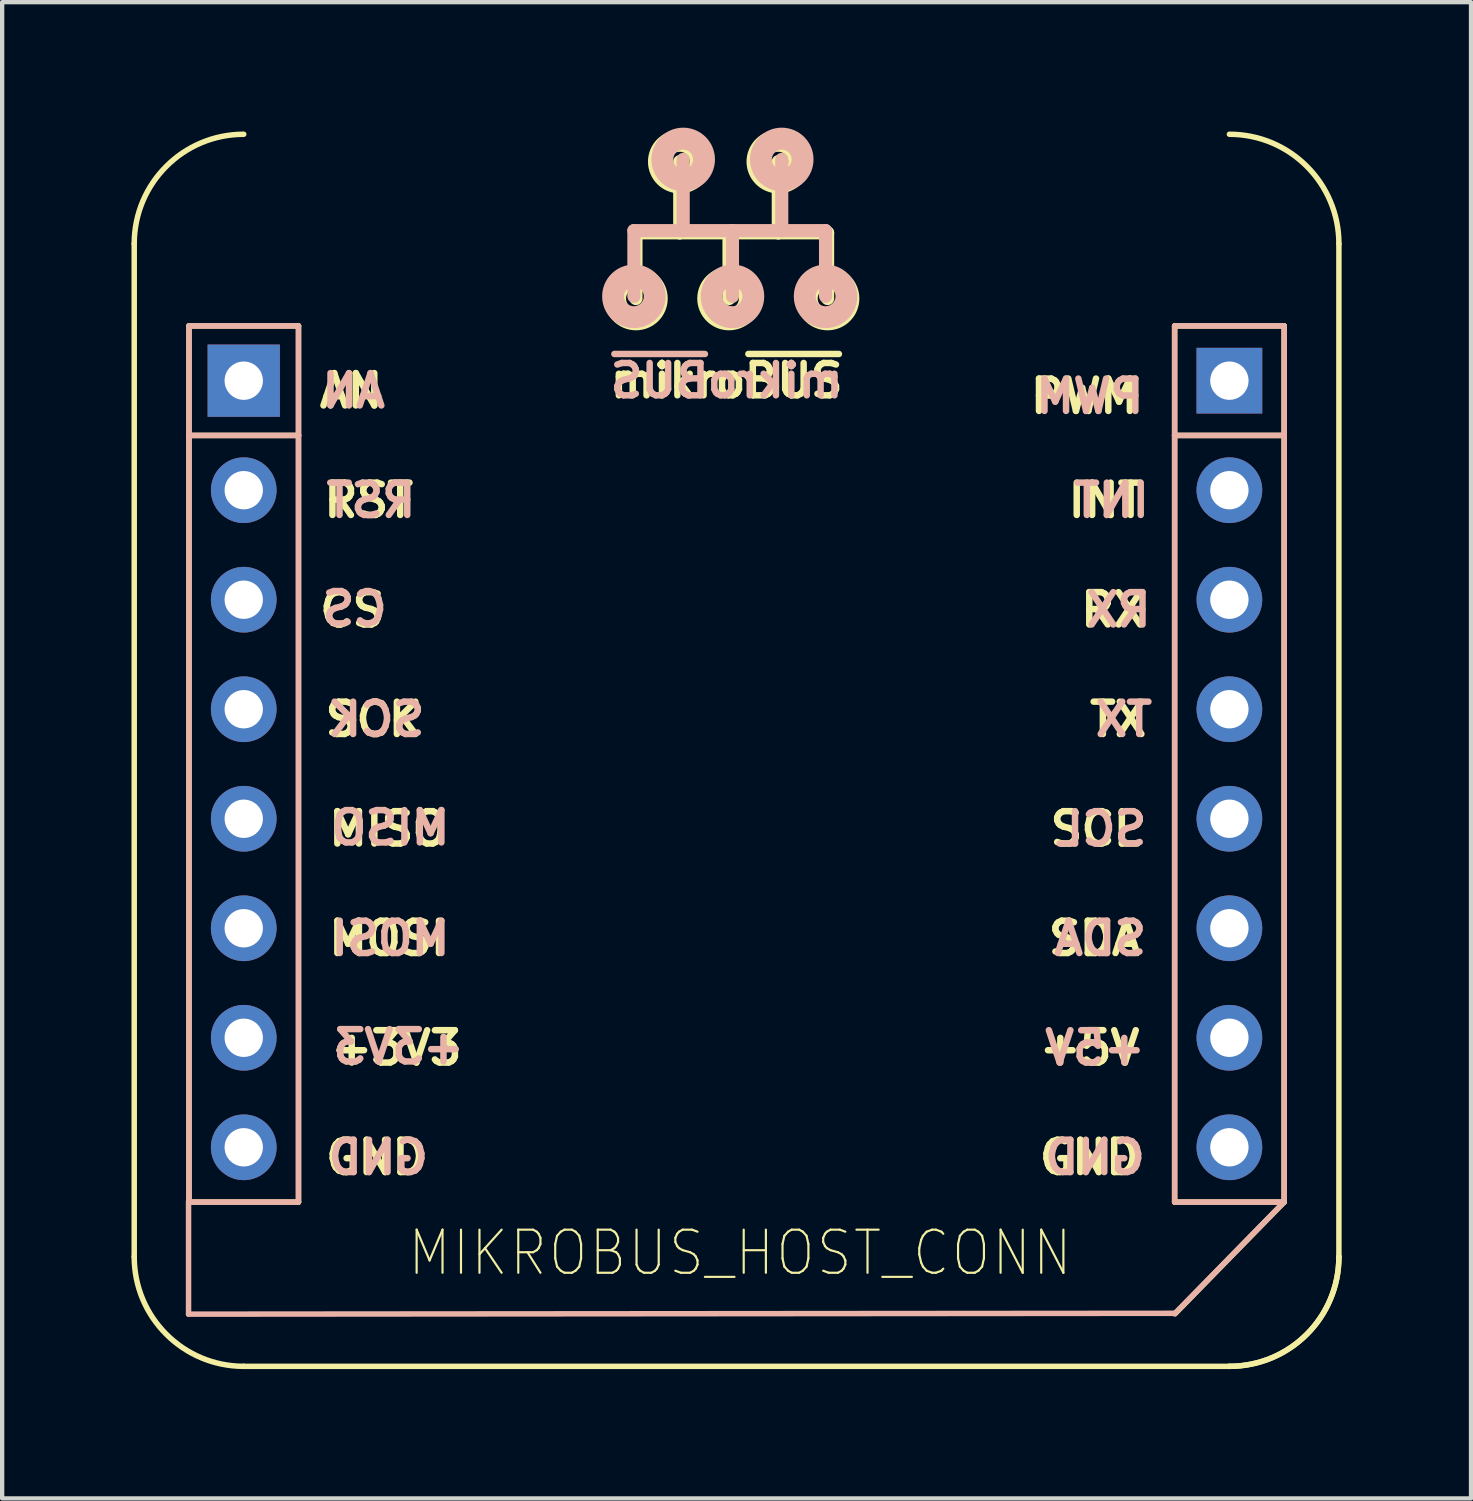
<source format=kicad_pcb>
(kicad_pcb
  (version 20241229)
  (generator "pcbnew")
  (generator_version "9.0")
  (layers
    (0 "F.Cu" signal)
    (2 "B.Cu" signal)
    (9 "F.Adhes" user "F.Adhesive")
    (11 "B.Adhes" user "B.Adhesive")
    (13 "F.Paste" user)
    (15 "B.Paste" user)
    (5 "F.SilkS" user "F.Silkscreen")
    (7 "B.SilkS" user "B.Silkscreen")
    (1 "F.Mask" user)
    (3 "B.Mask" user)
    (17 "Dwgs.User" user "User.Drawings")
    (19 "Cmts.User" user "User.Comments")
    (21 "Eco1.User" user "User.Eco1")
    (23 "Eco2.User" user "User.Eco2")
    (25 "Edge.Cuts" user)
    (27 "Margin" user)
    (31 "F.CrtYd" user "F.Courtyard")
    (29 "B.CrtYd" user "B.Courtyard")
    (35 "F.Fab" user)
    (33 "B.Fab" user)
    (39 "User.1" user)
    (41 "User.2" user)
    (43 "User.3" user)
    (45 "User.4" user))
  (footprint "MIKROBUS_HOST_CONN"
    (layer "F.Cu")
    (at 2.603 5.779)
    (property "Reference" "MIKROBUS_HOST_CONN" (at 11.51 20.23 0) (layer "F.SilkS") (effects (font (size 1 0.9) (thickness 0.05))))
    (attr through_hole)
    (fp_line (start -2.54 -3.175) (end -2.54 20.32) (stroke (width 0.127) (type solid)) (layer "F.SilkS"))
    (fp_line (start -1.27 -1.27) (end -1.27 1.27) (stroke (width 0.127) (type solid)) (layer "F.SilkS"))
    (fp_line (start -1.27 1.27) (end -1.27 19.05) (stroke (width 0.127) (type solid)) (layer "F.SilkS"))
    (fp_line (start -1.27 1.27) (end 1.27 1.27) (stroke (width 0.127) (type solid)) (layer "F.SilkS"))
    (fp_line (start -1.27 19.05) (end 1.27 19.05) (stroke (width 0.127) (type solid)) (layer "F.SilkS"))
    (fp_line (start 0 22.86) (end 22.86 22.86) (stroke (width 0.127) (type solid)) (layer "F.SilkS"))
    (fp_line (start 1.27 -1.27) (end -1.27 -1.27) (stroke (width 0.127) (type solid)) (layer "F.SilkS"))
    (fp_line (start 1.27 1.27) (end 1.27 -1.27) (stroke (width 0.127) (type solid)) (layer "F.SilkS"))
    (fp_line (start 1.27 19.05) (end 1.27 1.27) (stroke (width 0.127) (type solid)) (layer "F.SilkS"))
    (fp_line (start 9.096 -3.429) (end 9.096 -1.905) (stroke (width 0.305) (type solid)) (layer "F.SilkS"))
    (fp_line (start 9.096 -3.429) (end 10.112 -3.429) (stroke (width 0.305) (type solid)) (layer "F.SilkS"))
    (fp_line (start 10.112 -3.429) (end 10.112 -5.08) (stroke (width 0.305) (type solid)) (layer "F.SilkS"))
    (fp_line (start 10.112 -3.429) (end 11.255 -3.429) (stroke (width 0.305) (type solid)) (layer "F.SilkS"))
    (fp_line (start 11.255 -3.429) (end 11.255 -1.905) (stroke (width 0.305) (type solid)) (layer "F.SilkS"))
    (fp_line (start 11.255 -3.429) (end 12.398 -3.429) (stroke (width 0.305) (type solid)) (layer "F.SilkS"))
    (fp_line (start 12.398 -3.429) (end 12.398 -5.08) (stroke (width 0.305) (type solid)) (layer "F.SilkS"))
    (fp_line (start 12.398 -3.429) (end 13.541 -3.429) (stroke (width 0.305) (type solid)) (layer "F.SilkS"))
    (fp_line (start 13.541 -3.429) (end 13.541 -1.905) (stroke (width 0.305) (type solid)) (layer "F.SilkS"))
    (fp_line (start 21.59 -1.27) (end 21.59 1.27) (stroke (width 0.127) (type solid)) (layer "F.SilkS"))
    (fp_line (start 21.59 -1.27) (end 24.13 -1.27) (stroke (width 0.127) (type solid)) (layer "F.SilkS"))
    (fp_line (start 21.59 1.27) (end 21.59 19.05) (stroke (width 0.127) (type solid)) (layer "F.SilkS"))
    (fp_line (start 21.59 1.27) (end 24.13 1.27) (stroke (width 0.127) (type solid)) (layer "F.SilkS"))
    (fp_line (start 21.59 19.05) (end 24.13 19.05) (stroke (width 0.127) (type solid)) (layer "F.SilkS"))
    (fp_line (start 24.13 -1.27) (end 24.13 19.05) (stroke (width 0.127) (type solid)) (layer "F.SilkS"))
    (fp_line (start 24.13 19.05) (end 21.6 21.64) (stroke (width 0.127) (type solid)) (layer "F.SilkS"))
    (fp_line (start 25.4 -3.175) (end 25.4 20.32) (stroke (width 0.127) (type solid)) (layer "F.SilkS"))
    (fp_arc (start -2.54 -3.175) (mid -1.796051 -4.971051) (end 0 -5.715) (stroke (width 0.127) (type solid)) (layer "F.SilkS"))
    (fp_arc (start 0 22.86) (mid -1.796051 22.116051) (end -2.54 20.32) (stroke (width 0.127) (type solid)) (layer "F.SilkS"))
    (fp_arc (start 22.86 -5.715) (mid 24.656051 -4.971051) (end 25.4 -3.175) (stroke (width 0.127) (type solid)) (layer "F.SilkS"))
    (fp_arc (start 25.4 20.32) (mid 24.656051 22.116051) (end 22.86 22.86) (stroke (width 0.127) (type solid)) (layer "F.SilkS"))
    (fp_arc (start 25.4 20.32) (mid 24.656051 22.116051) (end 22.86 22.86) (stroke (width 0.127) (type solid)) (layer "F.SilkS"))
    (fp_circle (center 9.096 -1.905) (end 9.325 -1.905) (stroke (width 0.508) (type solid)) (fill no) (layer "F.SilkS"))
    (fp_circle (center 10.112 -5.08) (end 10.341 -5.08) (stroke (width 0.508) (type solid)) (fill no) (layer "F.SilkS"))
    (fp_circle (center 11.255 -1.905) (end 11.484 -1.905) (stroke (width 0.508) (type solid)) (fill no) (layer "F.SilkS"))
    (fp_circle (center 12.398 -5.08) (end 12.627 -5.08) (stroke (width 0.508) (type solid)) (fill no) (layer "F.SilkS"))
    (fp_circle (center 13.541 -1.905) (end 13.77 -1.905) (stroke (width 0.508) (type solid)) (fill no) (layer "F.SilkS"))
    (fp_line (start -1.28 19.03) (end -1.28 21.65) (stroke (width 0.127) (type solid)) (layer "B.SilkS"))
    (fp_line (start -1.28 21.65) (end 21.59 21.63) (stroke (width 0.127) (type solid)) (layer "B.SilkS"))
    (fp_line (start -1.27 -1.27) (end -1.27 1.27) (stroke (width 0.127) (type solid)) (layer "B.SilkS"))
    (fp_line (start -1.27 1.27) (end -1.27 19.05) (stroke (width 0.127) (type solid)) (layer "B.SilkS"))
    (fp_line (start -1.27 1.27) (end 1.27 1.27) (stroke (width 0.127) (type solid)) (layer "B.SilkS"))
    (fp_line (start -1.27 19.05) (end 1.27 19.05) (stroke (width 0.127) (type solid)) (layer "B.SilkS"))
    (fp_line (start 1.27 -1.27) (end -1.27 -1.27) (stroke (width 0.127) (type solid)) (layer "B.SilkS"))
    (fp_line (start 1.27 1.27) (end 1.27 -1.27) (stroke (width 0.127) (type solid)) (layer "B.SilkS"))
    (fp_line (start 1.27 19.05) (end 1.27 1.27) (stroke (width 0.127) (type solid)) (layer "B.SilkS"))
    (fp_line (start 9.049 -3.48) (end 9.049 -1.956) (stroke (width 0.305) (type solid)) (layer "B.SilkS"))
    (fp_line (start 10.192 -3.48) (end 9.049 -3.48) (stroke (width 0.305) (type solid)) (layer "B.SilkS"))
    (fp_line (start 10.192 -3.48) (end 10.192 -5.131) (stroke (width 0.305) (type solid)) (layer "B.SilkS"))
    (fp_line (start 11.335 -3.48) (end 10.192 -3.48) (stroke (width 0.305) (type solid)) (layer "B.SilkS"))
    (fp_line (start 11.335 -3.48) (end 11.335 -1.956) (stroke (width 0.305) (type solid)) (layer "B.SilkS"))
    (fp_line (start 12.478 -3.48) (end 11.335 -3.48) (stroke (width 0.305) (type solid)) (layer "B.SilkS"))
    (fp_line (start 12.478 -3.48) (end 12.478 -5.131) (stroke (width 0.305) (type solid)) (layer "B.SilkS"))
    (fp_line (start 13.494 -3.48) (end 12.478 -3.48) (stroke (width 0.305) (type solid)) (layer "B.SilkS"))
    (fp_line (start 13.494 -3.48) (end 13.494 -1.956) (stroke (width 0.305) (type solid)) (layer "B.SilkS"))
    (fp_line (start 21.59 -1.27) (end 21.59 1.27) (stroke (width 0.127) (type solid)) (layer "B.SilkS"))
    (fp_line (start 21.59 -1.27) (end 24.13 -1.27) (stroke (width 0.127) (type solid)) (layer "B.SilkS"))
    (fp_line (start 21.59 1.27) (end 21.59 19.05) (stroke (width 0.127) (type solid)) (layer "B.SilkS"))
    (fp_line (start 21.59 1.27) (end 24.13 1.27) (stroke (width 0.127) (type solid)) (layer "B.SilkS"))
    (fp_line (start 21.59 19.05) (end 24.13 19.05) (stroke (width 0.127) (type solid)) (layer "B.SilkS"))
    (fp_line (start 24.13 -1.27) (end 24.13 19.05) (stroke (width 0.127) (type solid)) (layer "B.SilkS"))
    (fp_line (start 24.13 19.05) (end 21.59 21.64) (stroke (width 0.127) (type solid)) (layer "B.SilkS"))
    (fp_circle (center 9.049 -1.956) (end 9.278 -1.956) (stroke (width 0.508) (type solid)) (fill no) (layer "B.SilkS"))
    (fp_circle (center 10.192 -5.131) (end 10.421 -5.131) (stroke (width 0.508) (type solid)) (fill no) (layer "B.SilkS"))
    (fp_circle (center 11.335 -1.956) (end 11.564 -1.956) (stroke (width 0.508) (type solid)) (fill no) (layer "B.SilkS"))
    (fp_circle (center 12.478 -5.131) (end 12.707 -5.131) (stroke (width 0.508) (type solid)) (fill no) (layer "B.SilkS"))
    (fp_circle (center 13.494 -1.956) (end 13.723 -1.956) (stroke (width 0.508) (type solid)) (fill no) (layer "B.SilkS"))
    (fp_text user "INT" (at 19.998 2.775 0) (layer "F.SilkS") (effects (font (size 0.75 0.75) (thickness 0.15))))
    (fp_text user "mikro~{BUS}" (at 11.2 0 0) (layer "F.SilkS") (effects (font (size 0.75 0.75) (thickness 0.15))))
    (fp_text user "SCK" (at 3.016 7.855 0) (layer "F.SilkS") (effects (font (size 0.75 0.75) (thickness 0.15))))
    (fp_text user "GND" (at 19.617 18.015 0) (layer "F.SilkS") (effects (font (size 0.75 0.75) (thickness 0.15))))
    (fp_text user "CS" (at 2.516 5.315 0) (layer "F.SilkS") (effects (font (size 0.75 0.75) (thickness 0.15))))
    (fp_text user "TX" (at 20.283 7.855 0) (layer "F.SilkS") (effects (font (size 0.75 0.75) (thickness 0.15))))
    (fp_text user "+5V" (at 19.617 15.475 0) (layer "F.SilkS") (effects (font (size 0.75 0.75) (thickness 0.15))))
    (fp_text user "GND" (at 3.064 18.015 0) (layer "F.SilkS") (effects (font (size 0.75 0.75) (thickness 0.15))))
    (fp_text user "PWM" (at 19.498 0.362 0) (layer "F.SilkS") (effects (font (size 0.75 0.75) (thickness 0.15))))
    (fp_text user "AN" (at 2.492 0.235 0) (layer "F.SilkS") (effects (font (size 0.75 0.75) (thickness 0.15))))
    (fp_text user "RX" (at 20.164 5.315 0) (layer "F.SilkS") (effects (font (size 0.75 0.75) (thickness 0.15))))
    (fp_text user "MOSI" (at 3.35 12.935 0) (layer "F.SilkS") (effects (font (size 0.75 0.75) (thickness 0.15))))
    (fp_text user "+3V3" (at 3.54 15.475 0) (layer "F.SilkS") (effects (font (size 0.75 0.75) (thickness 0.15))))
    (fp_text user "SDA" (at 19.736 12.935 0) (layer "F.SilkS") (effects (font (size 0.75 0.75) (thickness 0.15))))
    (fp_text user "RST" (at 2.897 2.775 0) (layer "F.SilkS") (effects (font (size 0.75 0.75) (thickness 0.15))))
    (fp_text user "SCL" (at 19.759 10.395 0) (layer "F.SilkS") (effects (font (size 0.75 0.75) (thickness 0.15))))
    (fp_text user "MISO" (at 3.35 10.395 0) (layer "F.SilkS") (effects (font (size 0.75 0.75) (thickness 0.15))))
    (fp_text user "AN" (at 2.548 0.235 0) (layer "B.SilkS") (effects (font (size 0.75 0.75) (thickness 0.15)) (justify mirror)))
    (fp_text user "SCK" (at 3.072 7.855 0) (layer "B.SilkS") (effects (font (size 0.75 0.75) (thickness 0.15)) (justify mirror)))
    (fp_text user "MOSI" (at 3.405 12.935 0) (layer "B.SilkS") (effects (font (size 0.75 0.75) (thickness 0.15)) (justify mirror)))
    (fp_text user "GND" (at 3.12 18.015 0) (layer "B.SilkS") (effects (font (size 0.75 0.75) (thickness 0.15)) (justify mirror)))
    (fp_text user "PWM" (at 19.625 0.362 0) (layer "B.SilkS") (effects (font (size 0.75 0.75) (thickness 0.15)) (justify mirror)))
    (fp_text user "INT" (at 20.125 2.775 0) (layer "B.SilkS") (effects (font (size 0.75 0.75) (thickness 0.15)) (justify mirror)))
    (fp_text user "mikro~{BUS}" (at 11.2 0 0) (layer "B.SilkS") (effects (font (size 0.75 0.75) (thickness 0.15)) (justify mirror)))
    (fp_text user "CS" (at 2.572 5.29 0) (layer "B.SilkS") (effects (font (size 0.75 0.75) (thickness 0.15)) (justify mirror)))
    (fp_text user "SDA" (at 19.863 12.935 0) (layer "B.SilkS") (effects (font (size 0.75 0.75) (thickness 0.15)) (justify mirror)))
    (fp_text user "RST" (at 2.953 2.775 0) (layer "B.SilkS") (effects (font (size 0.75 0.75) (thickness 0.15)) (justify mirror)))
    (fp_text user "MISO" (at 3.405 10.37 0) (layer "B.SilkS") (effects (font (size 0.75 0.75) (thickness 0.15)) (justify mirror)))
    (fp_text user "SCL" (at 19.887 10.395 0) (layer "B.SilkS") (effects (font (size 0.75 0.75) (thickness 0.15)) (justify mirror)))
    (fp_text user "RX" (at 20.291 5.315 0) (layer "B.SilkS") (effects (font (size 0.75 0.75) (thickness 0.15)) (justify mirror)))
    (fp_text user "GND" (at 19.744 18.015 0) (layer "B.SilkS") (effects (font (size 0.75 0.75) (thickness 0.15)) (justify mirror)))
    (fp_text user "+5V" (at 19.744 15.475 0) (layer "B.SilkS") (effects (font (size 0.75 0.75) (thickness 0.15)) (justify mirror)))
    (fp_text user "+3V3" (at 3.596 15.45 0) (layer "B.SilkS") (effects (font (size 0.75 0.75) (thickness 0.15)) (justify mirror)))
    (fp_text user "TX" (at 20.411 7.855 0) (layer "B.SilkS") (effects (font (size 0.75 0.75) (thickness 0.15)) (justify mirror)))
    (pad "1" thru_hole rect (at 0 0) (size 1.676 1.676) (drill 0.889) (layers "*.Cu" "*.Mask"))
    (pad "2" thru_hole circle (at 0 2.54) (size 1.524 1.524) (drill 0.889) (layers "*.Cu" "*.Mask"))
    (pad "3" thru_hole circle (at 0 5.08) (size 1.524 1.524) (drill 0.889) (layers "*.Cu" "*.Mask"))
    (pad "4" thru_hole circle (at 0 7.62) (size 1.524 1.524) (drill 0.889) (layers "*.Cu" "*.Mask"))
    (pad "5" thru_hole circle (at 0 10.16) (size 1.524 1.524) (drill 0.889) (layers "*.Cu" "*.Mask"))
    (pad "6" thru_hole circle (at 0 12.7) (size 1.524 1.524) (drill 0.889) (layers "*.Cu" "*.Mask"))
    (pad "7" thru_hole circle (at 0 15.24) (size 1.524 1.524) (drill 0.889) (layers "*.Cu" "*.Mask"))
    (pad "8" thru_hole circle (at 0 17.78) (size 1.524 1.524) (drill 0.889) (layers "*.Cu" "*.Mask"))
    (pad "9" thru_hole circle (at 22.86 17.78) (size 1.524 1.524) (drill 0.889) (layers "*.Cu" "*.Mask"))
    (pad "10" thru_hole circle (at 22.86 15.24) (size 1.524 1.524) (drill 0.889) (layers "*.Cu" "*.Mask"))
    (pad "11" thru_hole circle (at 22.86 12.7) (size 1.524 1.524) (drill 0.889) (layers "*.Cu" "*.Mask"))
    (pad "12" thru_hole circle (at 22.86 10.16) (size 1.524 1.524) (drill 0.889) (layers "*.Cu" "*.Mask"))
    (pad "13" thru_hole circle (at 22.86 7.62) (size 1.524 1.524) (drill 0.889) (layers "*.Cu" "*.Mask"))
    (pad "14" thru_hole circle (at 22.86 5.08) (size 1.524 1.524) (drill 0.889) (layers "*.Cu" "*.Mask"))
    (pad "15" thru_hole circle (at 22.86 2.54) (size 1.524 1.524) (drill 0.889) (layers "*.Cu" "*.Mask"))
    (pad "16" thru_hole rect (at 22.86 0) (size 1.524 1.524) (drill 0.889) (layers "*.Cu" "*.Mask")))
  (gr_rect
    (start -3 -3)
    (end 31.067 31.702)
    (stroke (width 0.1) (type default))
    (fill no)
    (layer "Edge.Cuts")))
</source>
